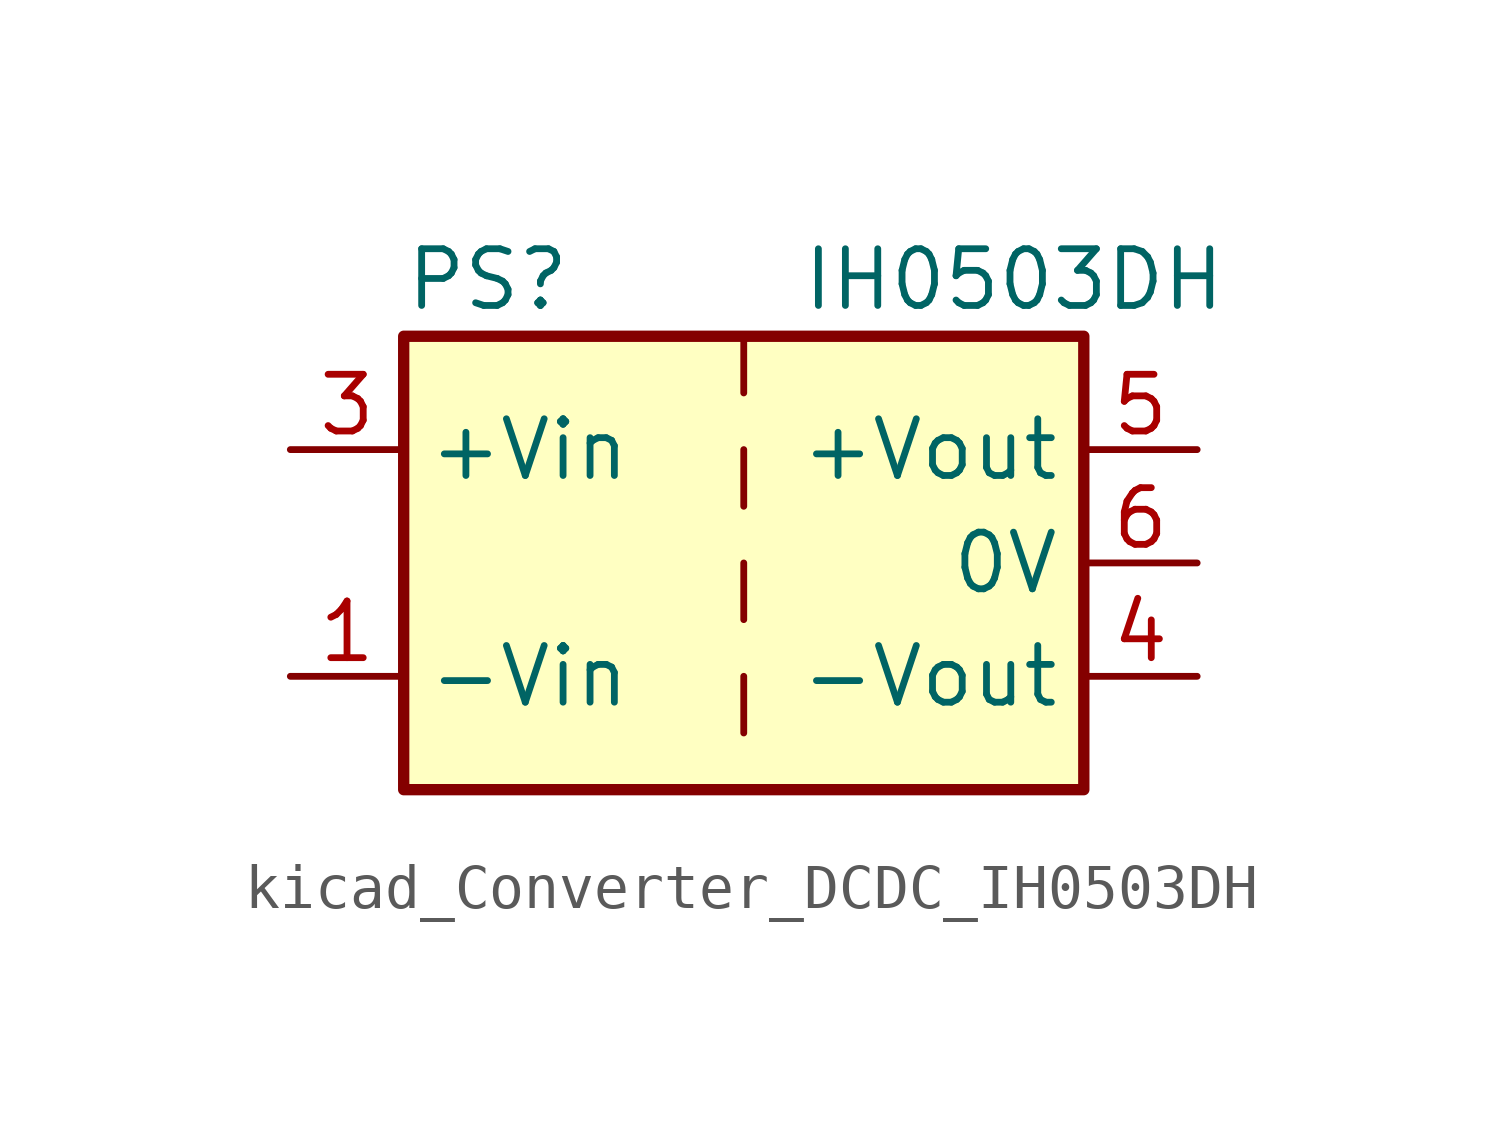
<source format=kicad_sym>
(kicad_symbol_lib
  (version 20220914)
  (generator kicad_symbol_editor)
  (symbol "kicad_Converter_DCDC_IH0503DH"
    (property "Reference" "PS"
      (at -7.62 6.35 0)
      (effects (font (size 1.27 1.27)) (justify left)))
    (property "Value" "IH0503DH"
      (at 1.27 6.35 0)
      (effects (font (size 1.27 1.27)) (justify left)))
    (symbol "kicad_Converter_DCDC_IH0503DH_0_0"
      (pin power_in line (at -10.16 -2.54 0) (length 2.54) (name "-Vin" (effects (font (size 1.27 1.27)))) (number "1" (effects (font (size 1.27 1.27)))))
      (pin power_in line (at -10.16 2.54 0) (length 2.54) (name "+Vin" (effects (font (size 1.27 1.27)))) (number "3" (effects (font (size 1.27 1.27)))))
      (pin power_out line (at 10.16 -2.54 180) (length 2.54) (name "-Vout" (effects (font (size 1.27 1.27)))) (number "4" (effects (font (size 1.27 1.27)))))
      (pin power_out line (at 10.16 2.54 180) (length 2.54) (name "+Vout" (effects (font (size 1.27 1.27)))) (number "5" (effects (font (size 1.27 1.27)))))
      (pin power_out line (at 10.16 0 180) (length 2.54) (name "0V" (effects (font (size 1.27 1.27)))) (number "6" (effects (font (size 1.27 1.27))))))
    (symbol "kicad_Converter_DCDC_IH0503DH_0_1"
      (rectangle (start -7.62 5.08) (end 7.62 -5.08) (stroke (width 0.254) (type default)) (fill (type background)))
      (polyline (pts (xy 0 -2.54) (xy 0 -3.81)) (stroke (width 0) (type default)) (fill (type none)))
      (polyline (pts (xy 0 0) (xy 0 -1.27)) (stroke (width 0) (type default)) (fill (type none)))
      (polyline (pts (xy 0 2.54) (xy 0 1.27)) (stroke (width 0) (type default)) (fill (type none)))
      (polyline (pts (xy 0 5.08) (xy 0 3.81)) (stroke (width 0) (type default)) (fill (type none))))
    (symbol "kicad_Converter_DCDC_IH0503DH_1_1"
      (pin no_connect line (at 0 -5.08 90) (length 2.54) hide (name "NC" (effects (font (size 1.27 1.27)))) (number "2" (effects (font (size 1.27 1.27))))))))
</source>
